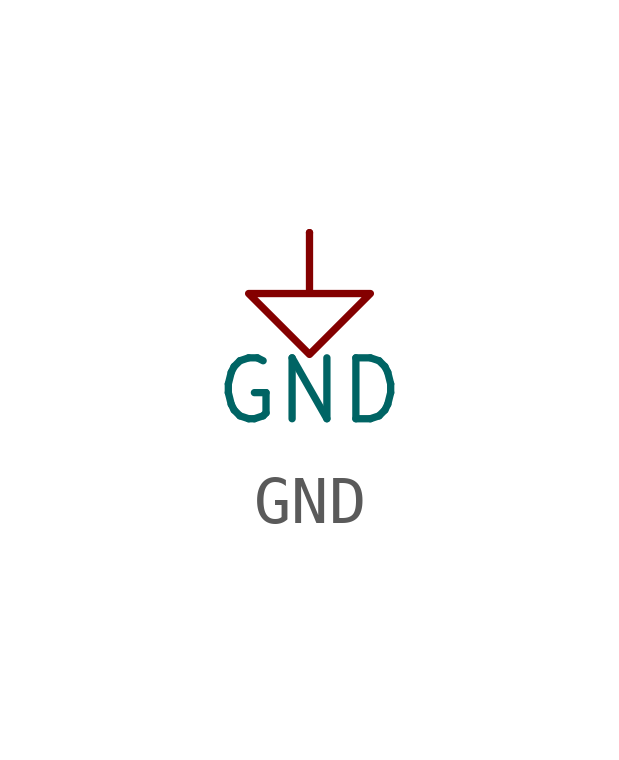
<source format=kicad_sym>
(kicad_symbol_lib
  (version 20231120)
  (generator "kicad_symbol_editor")
  (generator_version "8.0")
  (symbol "GND"
    (power)
    (pin_numbers hide)
    (pin_names
      (offset 0) hide)
    (property "Reference" "#PWR"
      (at 0 -6.35 0)
      (effects (font (size 1.27 1.27)) (hide yes)))
    (property "Value" "GND"
      (at 0 -3.302 0)
      (effects (font (size 1.27 1.27))))
    (symbol "GND_0_1"
      (polyline (pts (xy 0 0) (xy 0 -1.27) (xy 1.27 -1.27) (xy 0 -2.54) (xy -1.27 -1.27) (xy 0 -1.27)) (stroke (width 0) (type default)) (fill (type none))))
    (symbol "GND_1_1"
      (pin power_in line (at 0 0 270) (length 0) (name "~" (effects (font (size 1.27 1.27)))) (number "1" (effects (font (size 1.27 1.27))))))))
</source>
